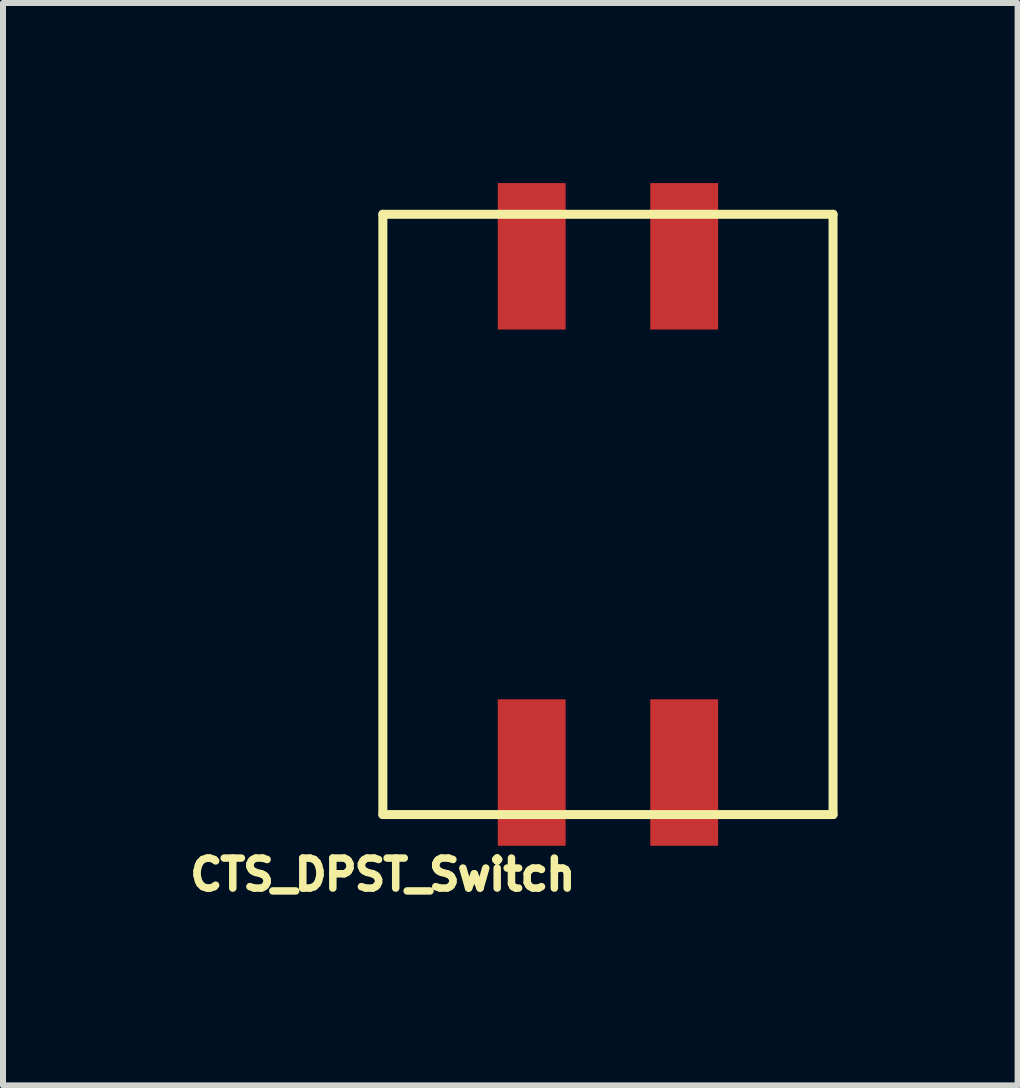
<source format=kicad_pcb>
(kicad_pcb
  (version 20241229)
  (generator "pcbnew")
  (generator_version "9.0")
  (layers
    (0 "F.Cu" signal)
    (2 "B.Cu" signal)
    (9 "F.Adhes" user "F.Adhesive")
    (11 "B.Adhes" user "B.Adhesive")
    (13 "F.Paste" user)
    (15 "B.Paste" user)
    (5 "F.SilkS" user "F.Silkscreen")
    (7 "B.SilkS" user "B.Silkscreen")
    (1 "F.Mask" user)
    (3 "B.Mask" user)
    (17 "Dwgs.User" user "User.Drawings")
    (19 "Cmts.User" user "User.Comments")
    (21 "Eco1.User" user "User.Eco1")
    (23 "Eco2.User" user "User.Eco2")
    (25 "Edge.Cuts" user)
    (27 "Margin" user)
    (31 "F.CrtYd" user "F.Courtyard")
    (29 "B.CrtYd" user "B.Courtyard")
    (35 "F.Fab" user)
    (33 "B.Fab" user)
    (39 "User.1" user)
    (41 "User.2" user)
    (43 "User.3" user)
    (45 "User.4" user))
  (footprint "CTS_DPST_Switch"
    (layer "F.Cu")
    (at 7.078 5.52)
    (property "Reference" "CTS_DPST_Switch" (at -3.75 6 0) (layer "F.SilkS") (effects (font (size 0.5 0.5) (thickness 0.125))))
    (attr through_hole)
    (fp_line (start -3.75 -5) (end -3.75 5) (stroke (width 0.15) (type solid)) (layer "F.SilkS"))
    (fp_line (start -3.75 5) (end 3.75 5) (stroke (width 0.15) (type solid)) (layer "F.SilkS"))
    (fp_line (start 3.75 -5) (end -3.75 -5) (stroke (width 0.15) (type solid)) (layer "F.SilkS"))
    (fp_line (start 3.75 5) (end 3.75 -5) (stroke (width 0.15) (type solid)) (layer "F.SilkS"))
    (pad "1" smd rect (at -1.27 -4.3) (size 1.13 2.44) (layers "F.Cu" "F.Mask" "F.Paste"))
    (pad "2" smd rect (at 1.27 -4.3) (size 1.13 2.44) (layers "F.Cu" "F.Mask" "F.Paste"))
    (pad "3" smd rect (at 1.27 4.3) (size 1.13 2.44) (layers "F.Cu" "F.Mask" "F.Paste"))
    (pad "4" smd rect (at -1.27 4.3) (size 1.13 2.44) (layers "F.Cu" "F.Mask" "F.Paste")))
  (gr_rect
    (start -3 -3)
    (end 13.903 15.032)
    (stroke (width 0.1) (type default))
    (fill no)
    (layer "Edge.Cuts")))
</source>
